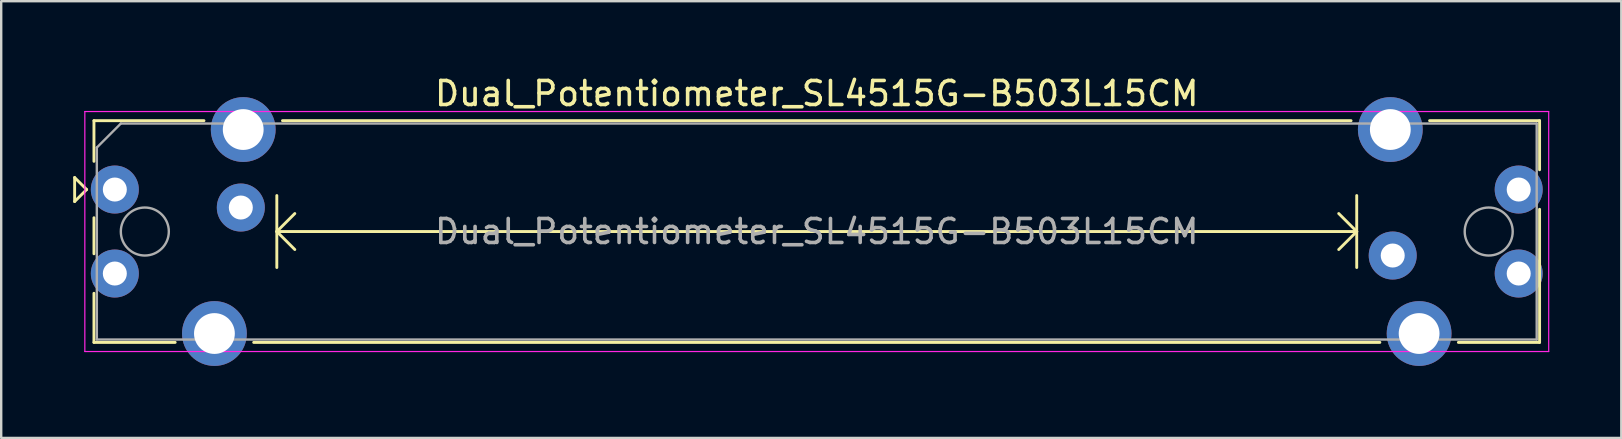
<source format=kicad_pcb>
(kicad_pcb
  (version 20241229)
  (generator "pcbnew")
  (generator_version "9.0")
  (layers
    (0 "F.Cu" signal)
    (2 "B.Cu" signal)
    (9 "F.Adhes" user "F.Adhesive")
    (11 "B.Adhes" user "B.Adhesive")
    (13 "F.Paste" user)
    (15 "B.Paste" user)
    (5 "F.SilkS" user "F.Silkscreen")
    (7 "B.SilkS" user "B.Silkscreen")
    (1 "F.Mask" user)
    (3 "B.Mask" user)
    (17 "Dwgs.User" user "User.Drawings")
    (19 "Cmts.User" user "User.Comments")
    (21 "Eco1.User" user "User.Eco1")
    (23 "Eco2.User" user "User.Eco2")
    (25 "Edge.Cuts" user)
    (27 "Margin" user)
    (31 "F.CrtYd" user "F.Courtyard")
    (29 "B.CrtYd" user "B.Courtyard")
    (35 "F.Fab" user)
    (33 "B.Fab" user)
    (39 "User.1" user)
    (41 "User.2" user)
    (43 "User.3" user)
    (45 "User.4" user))
  (footprint "Dual_Potentiometer_SL4515G-B503L15CM"
    (layer "F.Cu")
    (at 30.985 6.598)
    (property "Reference" "Dual_Potentiometer_SL4515G-B503L15CM" (at 0 -5.75 0) (layer "F.SilkS") (effects (font (size 1 1) (thickness 0.15))))
    (attr through_hole)
    (fp_line (start -30.925 -2.25) (end -30.925 -1.25) (stroke (width 0.12) (type solid)) (layer "F.SilkS"))
    (fp_line (start -30.925 -1.25) (end -30.425 -1.75) (stroke (width 0.12) (type solid)) (layer "F.SilkS"))
    (fp_line (start -30.425 -1.75) (end -30.925 -2.25) (stroke (width 0.12) (type solid)) (layer "F.SilkS"))
    (fp_line (start -30.12 -4.62) (end -30.12 -2.925) (stroke (width 0.12) (type solid)) (layer "F.SilkS"))
    (fp_line (start -30.12 -4.62) (end -25.535 -4.62) (stroke (width 0.12) (type solid)) (layer "F.SilkS"))
    (fp_line (start -30.12 -0.575) (end -30.12 0.928) (stroke (width 0.12) (type solid)) (layer "F.SilkS"))
    (fp_line (start -30.12 2.573) (end -30.12 4.62) (stroke (width 0.12) (type solid)) (layer "F.SilkS"))
    (fp_line (start -30.12 4.62) (end -26.735 4.62) (stroke (width 0.12) (type solid)) (layer "F.SilkS"))
    (fp_line (start -23.464 4.62) (end 23.465 4.62) (stroke (width 0.12) (type solid)) (layer "F.SilkS"))
    (fp_line (start -22.5 -1.5) (end -22.5 1.5) (stroke (width 0.12) (type solid)) (layer "F.SilkS"))
    (fp_line (start -22.5 0) (end -21.75 0.75) (stroke (width 0.12) (type solid)) (layer "F.SilkS"))
    (fp_line (start -22.5 0) (end 22.5 0) (stroke (width 0.12) (type solid)) (layer "F.SilkS"))
    (fp_line (start -22.264 -4.62) (end 22.265 -4.62) (stroke (width 0.12) (type solid)) (layer "F.SilkS"))
    (fp_line (start -21.75 -0.75) (end -22.5 0) (stroke (width 0.12) (type solid)) (layer "F.SilkS"))
    (fp_line (start 21.75 -0.75) (end 22.5 0) (stroke (width 0.12) (type solid)) (layer "F.SilkS"))
    (fp_line (start 22.5 -1.5) (end 22.5 1.5) (stroke (width 0.12) (type solid)) (layer "F.SilkS"))
    (fp_line (start 22.5 0) (end 21.75 0.75) (stroke (width 0.12) (type solid)) (layer "F.SilkS"))
    (fp_line (start 25.536 -4.62) (end 30.12 -4.62) (stroke (width 0.12) (type solid)) (layer "F.SilkS"))
    (fp_line (start 26.736 4.62) (end 30.12 4.62) (stroke (width 0.12) (type solid)) (layer "F.SilkS"))
    (fp_line (start 30.12 -4.62) (end 30.12 -2.573) (stroke (width 0.12) (type solid)) (layer "F.SilkS"))
    (fp_line (start 30.12 -0.927) (end 30.12 4.62) (stroke (width 0.12) (type solid)) (layer "F.SilkS"))
    (fp_line (start -30.5 -5) (end -30.5 5) (stroke (width 0.05) (type solid)) (layer "F.CrtYd"))
    (fp_line (start -30.5 5) (end 30.5 5) (stroke (width 0.05) (type solid)) (layer "F.CrtYd"))
    (fp_line (start 30.5 -5) (end -30.5 -5) (stroke (width 0.05) (type solid)) (layer "F.CrtYd"))
    (fp_line (start 30.5 5) (end 30.5 -5) (stroke (width 0.05) (type solid)) (layer "F.CrtYd"))
    (fp_line (start -30 -3.5) (end -29 -4.5) (stroke (width 0.1) (type solid)) (layer "F.Fab"))
    (fp_line (start -30 4.5) (end -30 -3.5) (stroke (width 0.1) (type solid)) (layer "F.Fab"))
    (fp_line (start -29 -4.5) (end 30 -4.5) (stroke (width 0.1) (type solid)) (layer "F.Fab"))
    (fp_line (start 30 -4.5) (end 30 4.5) (stroke (width 0.1) (type solid)) (layer "F.Fab"))
    (fp_line (start 30 4.5) (end -30 4.5) (stroke (width 0.1) (type solid)) (layer "F.Fab"))
    (fp_circle (center -28 0) (end -27 0) (stroke (width 0.1) (type solid)) (fill no) (layer "F.Fab"))
    (fp_circle (center 28 0) (end 29 0) (stroke (width 0.1) (type solid)) (fill no) (layer "F.Fab"))
    (fp_text user "${REFERENCE}" (at 0 0 0) (layer "F.Fab") (effects (font (size 1 1) (thickness 0.15))))
    (pad "1" thru_hole circle (at -29.25 -1.75) (size 2 2) (drill 1) (layers "*.Cu" "*.Mask"))
    (pad "2" thru_hole circle (at -24 -1) (size 2 2) (drill 1) (layers "*.Cu" "*.Mask"))
    (pad "3" thru_hole circle (at 29.25 -1.75) (size 2 2) (drill 1) (layers "*.Cu" "*.Mask"))
    (pad "4" thru_hole circle (at -29.25 1.75) (size 2 2) (drill 1) (layers "*.Cu" "*.Mask"))
    (pad "5" thru_hole circle (at 24 1) (size 2 2) (drill 1) (layers "*.Cu" "*.Mask"))
    (pad "6" thru_hole circle (at 29.25 1.75) (size 2 2) (drill 1) (layers "*.Cu" "*.Mask"))
    (pad "MP" thru_hole circle (at -25.1 4.25) (size 2.7 2.7) (drill 1.7) (layers "*.Cu" "*.Mask"))
    (pad "MP" thru_hole circle (at -23.9 -4.25) (size 2.7 2.7) (drill 1.7) (layers "*.Cu" "*.Mask"))
    (pad "MP" thru_hole circle (at 23.9 -4.25) (size 2.7 2.7) (drill 1.7) (layers "*.Cu" "*.Mask"))
    (pad "MP" thru_hole circle (at 25.1 4.25) (size 2.7 2.7) (drill 1.7) (layers "*.Cu" "*.Mask")))
  (gr_rect
    (start -3 -3)
    (end 64.51 15.198)
    (stroke (width 0.1) (type default))
    (fill no)
    (layer "Edge.Cuts")))
</source>
